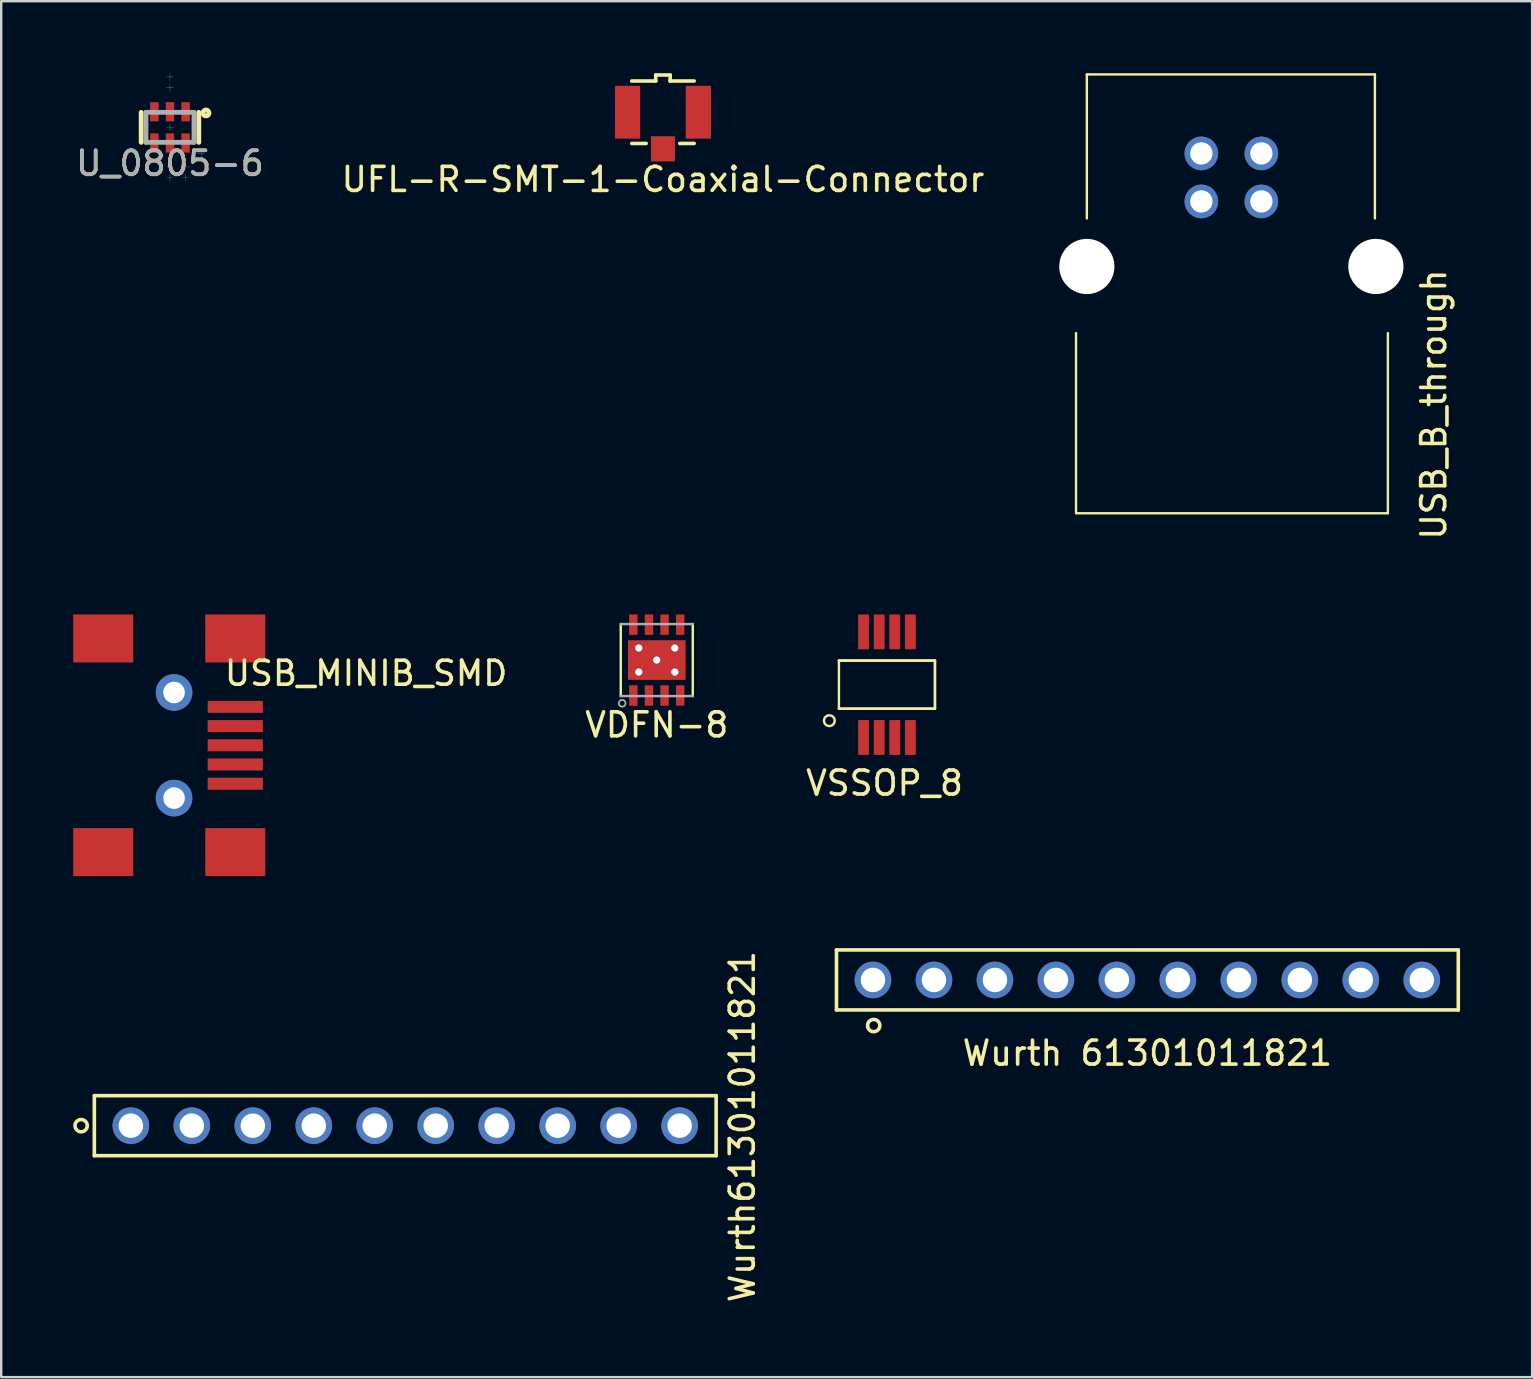
<source format=kicad_pcb>
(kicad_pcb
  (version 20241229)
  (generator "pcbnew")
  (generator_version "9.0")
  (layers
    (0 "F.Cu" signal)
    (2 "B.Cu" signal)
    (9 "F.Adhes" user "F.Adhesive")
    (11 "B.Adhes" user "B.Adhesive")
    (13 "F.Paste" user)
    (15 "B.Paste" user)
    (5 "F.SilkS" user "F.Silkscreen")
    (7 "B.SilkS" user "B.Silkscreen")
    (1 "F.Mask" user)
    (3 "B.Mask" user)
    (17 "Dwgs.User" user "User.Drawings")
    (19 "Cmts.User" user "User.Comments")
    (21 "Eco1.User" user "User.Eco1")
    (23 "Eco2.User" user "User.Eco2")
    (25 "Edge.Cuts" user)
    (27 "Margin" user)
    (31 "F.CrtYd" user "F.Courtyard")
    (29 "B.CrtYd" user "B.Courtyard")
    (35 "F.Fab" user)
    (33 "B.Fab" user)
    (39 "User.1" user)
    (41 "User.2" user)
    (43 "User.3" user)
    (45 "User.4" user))
  (footprint "Wurth61301011821"
    (layer "F.Cu")
    (at 13.83 43.839)
    (property "Reference" "Wurth61301011821" (at 14.04 0.04 90) (layer "F.SilkS") (effects (font (size 1 1) (thickness 0.15))))
    (attr through_hole)
    (fp_line (start -12.95 -1.25) (end -12.95 1.25) (stroke (width 0.15) (type solid)) (layer "F.SilkS"))
    (fp_line (start -12.95 -1.25) (end 12.95 -1.25) (stroke (width 0.15) (type solid)) (layer "F.SilkS"))
    (fp_line (start 12.95 -1.25) (end 12.95 1.25) (stroke (width 0.15) (type solid)) (layer "F.SilkS"))
    (fp_line (start 12.95 1.25) (end -12.95 1.25) (stroke (width 0.15) (type solid)) (layer "F.SilkS"))
    (fp_circle (center -13.5 0) (end -13.25 -0.05) (stroke (width 0.15) (type solid)) (fill no) (layer "F.SilkS"))
    (pad "1" thru_hole circle (at -11.43 0) (size 1.524 1.524) (drill 1.02) (layers "*.Cu" "*.Mask"))
    (pad "2" thru_hole circle (at -8.89 0) (size 1.524 1.524) (drill 1.02) (layers "*.Cu" "*.Mask"))
    (pad "3" thru_hole circle (at -6.35 0) (size 1.524 1.524) (drill 1.02) (layers "*.Cu" "*.Mask"))
    (pad "4" thru_hole circle (at -3.81 0) (size 1.524 1.524) (drill 1.02) (layers "*.Cu" "*.Mask"))
    (pad "5" thru_hole circle (at -1.27 0) (size 1.524 1.524) (drill 1.02) (layers "*.Cu" "*.Mask"))
    (pad "6" thru_hole circle (at 1.27 0) (size 1.524 1.524) (drill 1.02) (layers "*.Cu" "*.Mask"))
    (pad "7" thru_hole circle (at 3.81 0) (size 1.524 1.524) (drill 1.02) (layers "*.Cu" "*.Mask"))
    (pad "8" thru_hole circle (at 6.35 0) (size 1.524 1.524) (drill 1.02) (layers "*.Cu" "*.Mask"))
    (pad "9" thru_hole circle (at 8.89 0) (size 1.524 1.524) (drill 1.02) (layers "*.Cu" "*.Mask"))
    (pad "10" thru_hole circle (at 11.43 0) (size 1.524 1.524) (drill 1.02) (layers "*.Cu" "*.Mask")))
  (footprint "VDFN-8"
    (layer "F.Cu")
    (at 24.307 24.444)
    (property "Reference" "VDFN-8" (at 0 2.7 0) (layer "F.SilkS") (effects (font (size 1 1) (thickness 0.15))))
    (attr through_hole)
    (fp_line (start -1.5 -1.5) (end -1.5 1.5) (stroke (width 0.1) (type solid)) (layer "F.SilkS"))
    (fp_line (start 1.5 -1.5) (end 1.5 1.5) (stroke (width 0.1) (type solid)) (layer "F.SilkS"))
    (fp_line (start -1.5 -1.5) (end 1.5 -1.5) (stroke (width 0.1) (type solid)) (layer "F.Fab"))
    (fp_line (start -1.5 1.5) (end 1.5 1.5) (stroke (width 0.1) (type solid)) (layer "F.Fab"))
    (fp_circle (center -1.441 1.8) (end -1.541 1.9) (stroke (width 0.075) (type solid)) (fill no) (layer "F.Fab"))
    (pad "" smd rect (at -0.625 -0.45) (size 1 0.65) (layers "F.Paste"))
    (pad "" smd rect (at -0.625 0.45) (size 1 0.65) (layers "F.Paste"))
    (pad "" smd rect (at 0.625 -0.45) (size 1 0.65) (layers "F.Paste"))
    (pad "" smd rect (at 0.625 0.45) (size 1 0.65) (layers "F.Paste"))
    (pad "1" smd rect (at -0.975 1.475) (size 0.35 0.85) (layers "F.Cu" "F.Mask" "F.Paste"))
    (pad "2" smd rect (at -0.325 1.475) (size 0.35 0.85) (layers "F.Cu" "F.Mask" "F.Paste"))
    (pad "3" smd rect (at 0.325 1.475) (size 0.35 0.85) (layers "F.Cu" "F.Mask" "F.Paste"))
    (pad "4" smd rect (at 0.975 1.475) (size 0.35 0.85) (layers "F.Cu" "F.Mask" "F.Paste"))
    (pad "5" smd rect (at 0.975 -1.475) (size 0.35 0.85) (layers "F.Cu" "F.Mask" "F.Paste"))
    (pad "6" smd rect (at 0.325 -1.475) (size 0.35 0.85) (layers "F.Cu" "F.Mask" "F.Paste"))
    (pad "7" smd rect (at -0.325 -1.475) (size 0.35 0.85) (layers "F.Cu" "F.Mask" "F.Paste"))
    (pad "8" smd rect (at -0.975 -1.475) (size 0.35 0.85) (layers "F.Cu" "F.Mask" "F.Paste"))
    (pad "CP" thru_hole circle (at -0.75 -0.5) (size 0.3 0.3) (drill 0.3) (layers "*.Cu" "*.Mask"))
    (pad "CP" thru_hole circle (at -0.75 0.5) (size 0.3 0.3) (drill 0.3) (layers "*.Cu" "*.Mask"))
    (pad "CP" thru_hole circle (at 0 0) (size 0.3 0.3) (drill 0.3) (layers "*.Cu" "*.Mask"))
    (pad "CP" smd rect (at 0 0) (size 2.4 1.65) (layers "F.Cu" "F.Mask"))
    (pad "CP" thru_hole circle (at 0.75 -0.5) (size 0.3 0.3) (drill 0.3) (layers "*.Cu" "*.Mask"))
    (pad "CP" thru_hole circle (at 0.75 0.5) (size 0.3 0.3) (drill 0.3) (layers "*.Cu" "*.Mask")))
  (footprint "VSSOP_8"
    (layer "F.Cu")
    (at 33.895 25.469)
    (property "Reference" "VSSOP_8" (at -0.1 4.1 0) (layer "F.SilkS") (effects (font (size 1 1) (thickness 0.15))))
    (attr through_hole)
    (fp_line (start -2 -1) (end 2 -1) (stroke (width 0.1) (type solid)) (layer "F.SilkS"))
    (fp_line (start -2 -1) (end 2 -1) (stroke (width 0.1) (type solid)) (layer "F.SilkS"))
    (fp_line (start -2 1) (end -2 -1) (stroke (width 0.1) (type solid)) (layer "F.SilkS"))
    (fp_line (start -2 1) (end 2 1) (stroke (width 0.1) (type solid)) (layer "F.SilkS"))
    (fp_line (start 2 -1) (end -2 -1) (stroke (width 0.1) (type solid)) (layer "F.SilkS"))
    (fp_line (start 2 -1) (end 2 1) (stroke (width 0.1) (type solid)) (layer "F.SilkS"))
    (fp_line (start 2 -1) (end 2 1) (stroke (width 0.1) (type solid)) (layer "F.SilkS"))
    (fp_line (start 2 1) (end -2 1) (stroke (width 0.1) (type solid)) (layer "F.SilkS"))
    (fp_circle (center -2.4 1.5) (end -2.2 1.6) (stroke (width 0.1) (type solid)) (fill no) (layer "F.SilkS"))
    (pad "1" smd rect (at -0.975 2.2) (size 0.45 1.45) (layers "F.Cu" "F.Mask" "F.Paste"))
    (pad "2" smd rect (at -0.325 2.2) (size 0.45 1.45) (layers "F.Cu" "F.Mask" "F.Paste"))
    (pad "3" smd rect (at 0.325 2.2) (size 0.45 1.45) (layers "F.Cu" "F.Mask" "F.Paste"))
    (pad "4" smd rect (at 0.975 2.2) (size 0.45 1.45) (layers "F.Cu" "F.Mask" "F.Paste"))
    (pad "5" smd rect (at 0.975 -2.2) (size 0.45 1.45) (layers "F.Cu" "F.Mask" "F.Paste"))
    (pad "6" smd rect (at 0.325 -2.2) (size 0.45 1.45) (layers "F.Cu" "F.Mask" "F.Paste"))
    (pad "7" smd rect (at -0.325 -2.2) (size 0.45 1.45) (layers "F.Cu" "F.Mask" "F.Paste"))
    (pad "8" smd rect (at -0.975 -2.2) (size 0.45 1.45) (layers "F.Cu" "F.Mask" "F.Paste")))
  (footprint "UFL-R-SMT-1-Coaxial-Connector"
    (layer "F.Cu")
    (at 24.565 1.625)
    (property "Reference" "UFL-R-SMT-1-Coaxial-Connector" (at 0 2.8 0) (layer "F.SilkS") (effects (font (size 1 1) (thickness 0.15))))
    (attr through_hole)
    (fp_line (start -1.3 -1.3) (end -0.3 -1.3) (stroke (width 0.15) (type solid)) (layer "F.SilkS"))
    (fp_line (start -1.3 1.3) (end -0.7 1.3) (stroke (width 0.15) (type solid)) (layer "F.SilkS"))
    (fp_line (start -0.3 -1.55) (end 0.3 -1.55) (stroke (width 0.15) (type solid)) (layer "F.SilkS"))
    (fp_line (start -0.3 -1.3) (end -0.3 -1.55) (stroke (width 0.15) (type solid)) (layer "F.SilkS"))
    (fp_line (start 0.3 -1.3) (end 0.3 -1.55) (stroke (width 0.15) (type solid)) (layer "F.SilkS"))
    (fp_line (start 0.3 -1.3) (end 1.3 -1.3) (stroke (width 0.15) (type solid)) (layer "F.SilkS"))
    (fp_line (start 0.7 1.3) (end 1.3 1.3) (stroke (width 0.15) (type solid)) (layer "F.SilkS"))
    (pad "1" smd rect (at 0 1.525) (size 1 1.05) (layers "F.Cu" "F.Mask" "F.Paste"))
    (pad "2" smd rect (at -1.475 0) (size 1.05 2.2) (layers "F.Cu" "F.Mask" "F.Paste"))
    (pad "2" smd rect (at 1.475 0) (size 1.05 2.2) (layers "F.Cu" "F.Mask" "F.Paste")))
  (footprint "USB_MINIB_SMD"
    (layer "F.Cu")
    (at 4.2 27.994)
    (property "Reference" "USB_MINIB_SMD" (at 8 -3 0) (layer "F.SilkS") (effects (font (size 1 1) (thickness 0.15))))
    (attr through_hole)
    (pad "" connect rect (at -2.95 -4.45) (size 2.5 2) (layers "F.Cu" "F.Mask"))
    (pad "" connect rect (at -2.95 4.45) (size 2.5 2) (layers "F.Cu" "F.Mask"))
    (pad "" np_thru_hole circle (at 0 -2.2) (size 1.524 1.524) (drill 0.9) (layers "*.Cu" "*.Mask"))
    (pad "" np_thru_hole circle (at 0 2.2) (size 1.524 1.524) (drill 0.9) (layers "*.Cu" "*.Mask"))
    (pad "" connect rect (at 2.55 -4.45) (size 2.5 2) (layers "F.Cu" "F.Mask"))
    (pad "" connect rect (at 2.55 4.45) (size 2.5 2) (layers "F.Cu" "F.Mask"))
    (pad "1" connect rect (at 2.55 -1.6) (size 2.3 0.5) (layers "F.Cu" "F.Mask"))
    (pad "2" connect rect (at 2.55 -0.8) (size 2.3 0.5) (layers "F.Cu" "F.Mask"))
    (pad "3" connect rect (at 2.55 0) (size 2.3 0.5) (layers "F.Cu" "F.Mask"))
    (pad "4" connect rect (at 2.55 0.8) (size 2.3 0.5) (layers "F.Cu" "F.Mask"))
    (pad "5" connect rect (at 2.55 1.6) (size 2.3 0.5) (layers "F.Cu" "F.Mask")))
  (footprint "U_0805-6"
    (layer "F.Cu")
    (at 4.03 2.255)
    (property "Reference" "U_0805-6" (at 0 1.5 0) (layer "F.SilkS") (effects (font (size 1 1) (thickness 0.15))))
    (attr through_hole)
    (fp_line (start -1.2 0.625) (end -1.2 -0.625) (stroke (width 0.2) (type solid)) (layer "F.SilkS"))
    (fp_line (start 1.2 -0.625) (end 1.2 0.625) (stroke (width 0.2) (type solid)) (layer "F.SilkS"))
    (fp_circle (center 1.5 -0.6) (end 1.525 -0.6) (stroke (width 0.2) (type solid)) (fill no) (layer "F.SilkS"))
    (fp_line (start -0.15 -2.1) (end 0.15 -2.1) (stroke (width 0.01) (type solid)) (layer "Dwgs.User"))
    (fp_line (start -0.15 -1.65) (end 0.15 -1.65) (stroke (width 0.01) (type solid)) (layer "Dwgs.User"))
    (fp_line (start -0.15 0) (end 0.15 0) (stroke (width 0.01) (type solid)) (layer "Dwgs.User"))
    (fp_line (start -0.15 1.65) (end 0.15 1.65) (stroke (width 0.01) (type solid)) (layer "Dwgs.User"))
    (fp_line (start -0.15 2.1) (end 0.15 2.1) (stroke (width 0.01) (type solid)) (layer "Dwgs.User"))
    (fp_line (start 0 -2.25) (end 0 -1.95) (stroke (width 0.01) (type solid)) (layer "Dwgs.User"))
    (fp_line (start 0 -1.8) (end 0 -1.5) (stroke (width 0.01) (type solid)) (layer "Dwgs.User"))
    (fp_line (start 0 -0.15) (end 0 0.15) (stroke (width 0.01) (type solid)) (layer "Dwgs.User"))
    (fp_line (start 0 1.5) (end 0 1.8) (stroke (width 0.01) (type solid)) (layer "Dwgs.User"))
    (fp_line (start 0 1.95) (end 0 2.25) (stroke (width 0.01) (type solid)) (layer "Dwgs.User"))
    (fp_line (start 0.5 1.65) (end 0.8 1.65) (stroke (width 0.01) (type solid)) (layer "Dwgs.User"))
    (fp_line (start 0.5 2.075) (end 0.8 2.075) (stroke (width 0.01) (type solid)) (layer "Dwgs.User"))
    (fp_line (start 0.65 1.5) (end 0.65 1.8) (stroke (width 0.01) (type solid)) (layer "Dwgs.User"))
    (fp_line (start 0.65 1.925) (end 0.65 2.225) (stroke (width 0.01) (type solid)) (layer "Dwgs.User"))
    (fp_line (start 1.15 1.075) (end 1.45 1.075) (stroke (width 0.01) (type solid)) (layer "Dwgs.User"))
    (fp_line (start 1.3 0.925) (end 1.3 1.225) (stroke (width 0.01) (type solid)) (layer "Dwgs.User"))
    (fp_line (start -1 -0.625) (end 1 -0.625) (stroke (width 0.2) (type solid)) (layer "F.Fab"))
    (fp_line (start -1 0.625) (end -1 -0.625) (stroke (width 0.2) (type solid)) (layer "F.Fab"))
    (fp_line (start 1 -0.625) (end 1 0.625) (stroke (width 0.2) (type solid)) (layer "F.Fab"))
    (fp_line (start 1 0.625) (end -1 0.625) (stroke (width 0.2) (type solid)) (layer "F.Fab"))
    (fp_text user "${REFERENCE}" (at 0 1.5 0) (layer "F.Fab") (effects (font (size 1 1) (thickness 0.15))))
    (pad "1" smd rect (at 0.65 -0.65) (size 0.35 0.8) (layers "F.Cu" "F.Mask" "F.Paste"))
    (pad "2" smd rect (at 0 -0.65) (size 0.35 0.8) (layers "F.Cu" "F.Mask" "F.Paste"))
    (pad "3" smd rect (at -0.65 -0.65) (size 0.35 0.8) (layers "F.Cu" "F.Mask" "F.Paste"))
    (pad "4" smd rect (at -0.65 0.65) (size 0.35 0.8) (layers "F.Cu" "F.Mask" "F.Paste"))
    (pad "5" smd rect (at 0 0.65) (size 0.35 0.8) (layers "F.Cu" "F.Mask" "F.Paste"))
    (pad "6" smd rect (at 0.65 0.65) (size 0.35 0.8) (layers "F.Cu" "F.Mask" "F.Paste")))
  (footprint "USB_B_through"
    (layer "F.Cu")
    (at 42.221 8.05)
    (property "Reference" "USB_B_through" (at 14.45 5.75 90) (layer "F.SilkS") (effects (font (size 1 1) (thickness 0.15))))
    (attr through_hole)
    (fp_line (start -0.45 10.275) (end -0.45 2.775) (stroke (width 0.1) (type solid)) (layer "F.SilkS"))
    (fp_line (start -0.44 10.28) (end 12.54 10.28) (stroke (width 0.1) (type solid)) (layer "F.SilkS"))
    (fp_line (start 0 -8) (end 0 -2) (stroke (width 0.1) (type solid)) (layer "F.SilkS"))
    (fp_line (start 0 -8) (end 12 -8) (stroke (width 0.1) (type solid)) (layer "F.SilkS"))
    (fp_line (start 12 -8) (end 12 -2) (stroke (width 0.1) (type solid)) (layer "F.SilkS"))
    (fp_line (start 12.54 10.275) (end 12.54 2.775) (stroke (width 0.1) (type solid)) (layer "F.SilkS"))
    (pad "" np_thru_hole circle (at 0 0) (size 2.3 2.3) (drill 2.3) (layers "*.Cu" "*.Mask"))
    (pad "" np_thru_hole circle (at 12.04 0) (size 2.3 2.3) (drill 2.3) (layers "*.Cu" "*.Mask"))
    (pad "1" thru_hole circle (at 7.27 -4.71) (size 1.4 1.4) (drill 0.93) (layers "*.Cu" "*.Mask"))
    (pad "2" thru_hole circle (at 4.77 -4.71) (size 1.4 1.4) (drill 0.93) (layers "*.Cu" "*.Mask"))
    (pad "3" thru_hole circle (at 4.77 -2.71) (size 1.4 1.4) (drill 0.93) (layers "*.Cu" "*.Mask"))
    (pad "4" thru_hole circle (at 7.27 -2.71) (size 1.4 1.4) (drill 0.93) (layers "*.Cu" "*.Mask")))
  (footprint "Wurth 61301011821"
    (layer "F.Cu")
    (at 44.743 37.769)
    (property "Reference" "Wurth 61301011821" (at 0 3.05 0) (layer "F.SilkS") (effects (font (size 1 1) (thickness 0.15))))
    (attr through_hole)
    (fp_line (start -12.95 -1.25) (end -12.95 1.25) (stroke (width 0.15) (type solid)) (layer "F.SilkS"))
    (fp_line (start -12.95 -1.25) (end 12.95 -1.25) (stroke (width 0.15) (type solid)) (layer "F.SilkS"))
    (fp_line (start 12.95 -1.25) (end 12.95 1.25) (stroke (width 0.15) (type solid)) (layer "F.SilkS"))
    (fp_line (start 12.95 1.25) (end -12.95 1.25) (stroke (width 0.15) (type solid)) (layer "F.SilkS"))
    (fp_circle (center -11.4 1.9) (end -11.15 1.85) (stroke (width 0.15) (type solid)) (fill no) (layer "F.SilkS"))
    (pad "1" thru_hole circle (at -11.43 0) (size 1.524 1.524) (drill 1.02) (layers "*.Cu" "*.Mask"))
    (pad "2" thru_hole circle (at -8.89 0) (size 1.524 1.524) (drill 1.02) (layers "*.Cu" "*.Mask"))
    (pad "3" thru_hole circle (at -6.35 0) (size 1.524 1.524) (drill 1.02) (layers "*.Cu" "*.Mask"))
    (pad "4" thru_hole circle (at -3.81 0) (size 1.524 1.524) (drill 1.02) (layers "*.Cu" "*.Mask"))
    (pad "5" thru_hole circle (at -1.27 0) (size 1.524 1.524) (drill 1.02) (layers "*.Cu" "*.Mask"))
    (pad "6" thru_hole circle (at 1.27 0) (size 1.524 1.524) (drill 1.02) (layers "*.Cu" "*.Mask"))
    (pad "7" thru_hole circle (at 3.81 0) (size 1.524 1.524) (drill 1.02) (layers "*.Cu" "*.Mask"))
    (pad "8" thru_hole circle (at 6.35 0) (size 1.524 1.524) (drill 1.02) (layers "*.Cu" "*.Mask"))
    (pad "9" thru_hole circle (at 8.89 0) (size 1.524 1.524) (drill 1.02) (layers "*.Cu" "*.Mask"))
    (pad "10" thru_hole circle (at 11.43 0) (size 1.524 1.524) (drill 1.02) (layers "*.Cu" "*.Mask")))
  (gr_rect
    (start -3 -3)
    (end 60.768 54.313)
    (stroke (width 0.1) (type default))
    (fill no)
    (layer "Edge.Cuts")))
</source>
